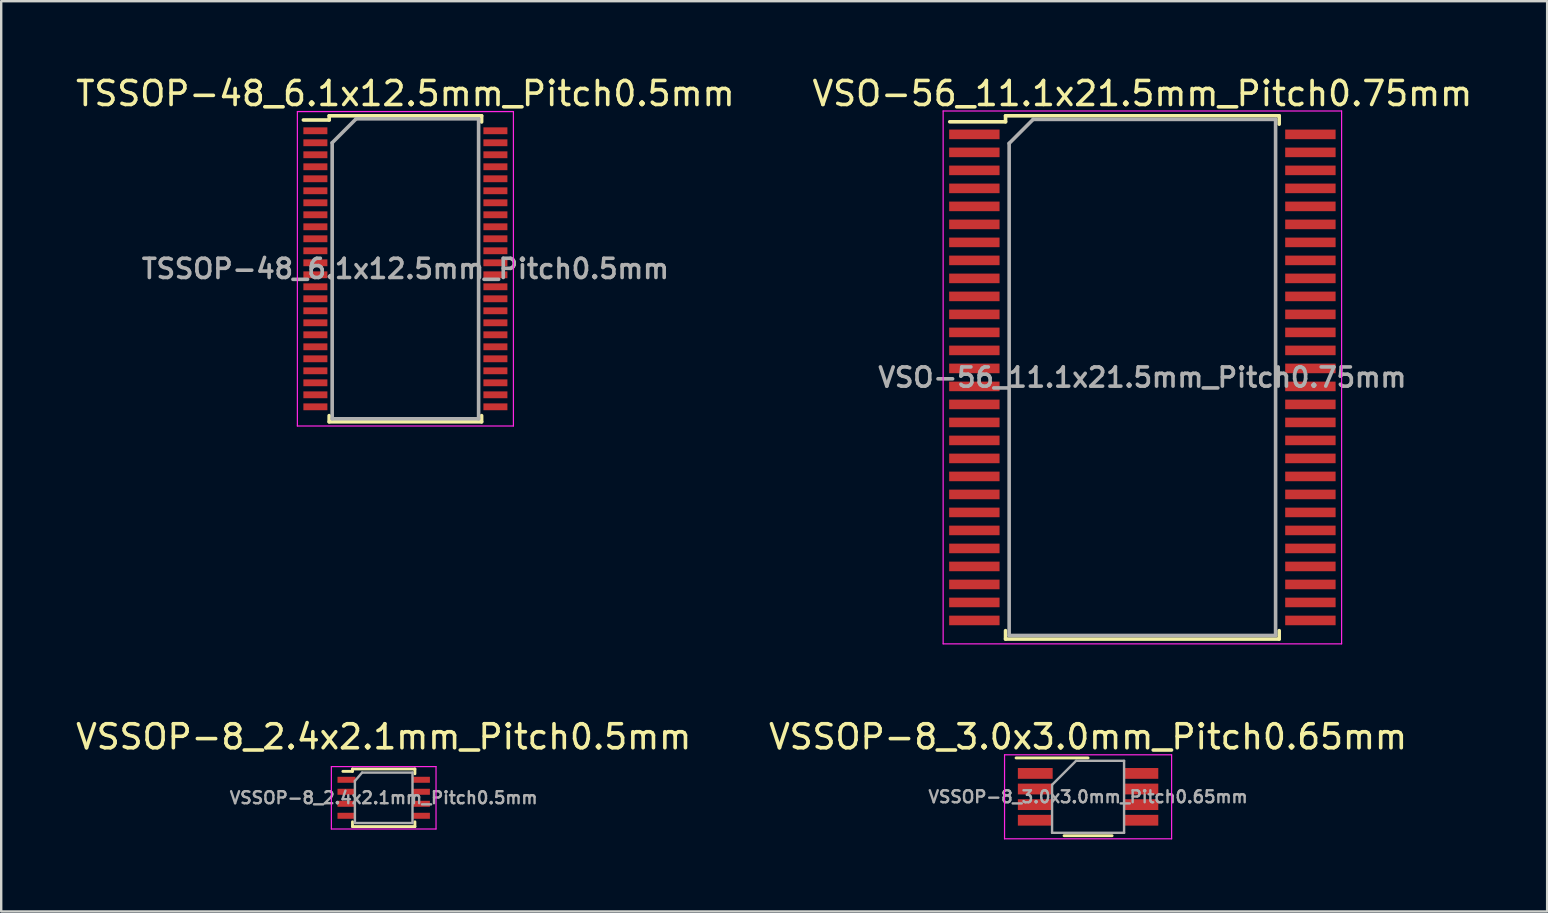
<source format=kicad_pcb>
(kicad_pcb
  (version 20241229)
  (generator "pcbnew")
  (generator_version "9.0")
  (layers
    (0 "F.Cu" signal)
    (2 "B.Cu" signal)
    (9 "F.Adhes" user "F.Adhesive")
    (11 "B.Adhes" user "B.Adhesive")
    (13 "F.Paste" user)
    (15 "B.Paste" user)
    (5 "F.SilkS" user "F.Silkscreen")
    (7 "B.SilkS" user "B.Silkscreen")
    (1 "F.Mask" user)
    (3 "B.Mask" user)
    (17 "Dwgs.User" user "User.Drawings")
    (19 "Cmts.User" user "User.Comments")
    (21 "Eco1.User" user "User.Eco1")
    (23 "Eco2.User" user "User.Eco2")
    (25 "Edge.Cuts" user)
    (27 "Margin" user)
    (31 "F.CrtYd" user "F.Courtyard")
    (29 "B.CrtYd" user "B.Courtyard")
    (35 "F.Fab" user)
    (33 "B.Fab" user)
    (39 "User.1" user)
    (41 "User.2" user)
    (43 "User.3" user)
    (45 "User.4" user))
  (footprint "VSSOP-8_2.4x2.1mm_Pitch0.5mm"
    (layer "F.Cu")
    (at 12.935 30.186)
    (property "Reference" "VSSOP-8_2.4x2.1mm_Pitch0.5mm" (at 0 -2.54 0) (layer "F.SilkS") (effects (font (size 1 1) (thickness 0.15))))
    (attr smd)
    (fp_line (start -1.3 -1.2) (end -1.3 -1.1) (stroke (width 0.12) (type solid)) (layer "F.SilkS"))
    (fp_line (start -1.3 -1.1) (end -1.7 -1.1) (stroke (width 0.12) (type solid)) (layer "F.SilkS"))
    (fp_line (start -1.3 1.2) (end -1.3 1) (stroke (width 0.12) (type solid)) (layer "F.SilkS"))
    (fp_line (start -1.3 1.2) (end 1.3 1.2) (stroke (width 0.12) (type solid)) (layer "F.SilkS"))
    (fp_line (start 1.3 -1.2) (end -1.3 -1.2) (stroke (width 0.12) (type solid)) (layer "F.SilkS"))
    (fp_line (start 1.3 -1) (end 1.3 -1.2) (stroke (width 0.12) (type solid)) (layer "F.SilkS"))
    (fp_line (start 1.3 1.2) (end 1.3 1) (stroke (width 0.12) (type solid)) (layer "F.SilkS"))
    (fp_line (start -2.18 -1.3) (end 2.18 -1.3) (stroke (width 0.05) (type solid)) (layer "F.CrtYd"))
    (fp_line (start -2.18 1.3) (end -2.18 -1.3) (stroke (width 0.05) (type solid)) (layer "F.CrtYd"))
    (fp_line (start 2.18 -1.3) (end 2.18 1.3) (stroke (width 0.05) (type solid)) (layer "F.CrtYd"))
    (fp_line (start 2.18 1.3) (end -2.18 1.3) (stroke (width 0.05) (type solid)) (layer "F.CrtYd"))
    (fp_line (start -1.2 -0.7) (end -1.2 1.05) (stroke (width 0.1) (type solid)) (layer "F.Fab"))
    (fp_line (start -1.2 1.05) (end 1.2 1.05) (stroke (width 0.1) (type solid)) (layer "F.Fab"))
    (fp_line (start -0.9 -1.05) (end -1.2 -0.7) (stroke (width 0.1) (type solid)) (layer "F.Fab"))
    (fp_line (start 1.2 -1.05) (end -0.9 -1.05) (stroke (width 0.1) (type solid)) (layer "F.Fab"))
    (fp_line (start 1.2 1.05) (end 1.2 -1.05) (stroke (width 0.1) (type solid)) (layer "F.Fab"))
    (fp_text user "${REFERENCE}" (at 0 0 0) (layer "F.Fab") (effects (font (size 0.5 0.5) (thickness 0.1))))
    (pad "1" smd rect (at -1.55 -0.75) (size 0.75 0.25) (layers "F.Cu" "F.Mask" "F.Paste"))
    (pad "2" smd rect (at -1.55 -0.25) (size 0.75 0.25) (layers "F.Cu" "F.Mask" "F.Paste"))
    (pad "3" smd rect (at -1.55 0.25) (size 0.75 0.25) (layers "F.Cu" "F.Mask" "F.Paste"))
    (pad "4" smd rect (at -1.55 0.75) (size 0.75 0.25) (layers "F.Cu" "F.Mask" "F.Paste"))
    (pad "5" smd rect (at 1.55 0.75) (size 0.75 0.25) (layers "F.Cu" "F.Mask" "F.Paste"))
    (pad "6" smd rect (at 1.55 0.25) (size 0.75 0.25) (layers "F.Cu" "F.Mask" "F.Paste"))
    (pad "7" smd rect (at 1.55 -0.25) (size 0.75 0.25) (layers "F.Cu" "F.Mask" "F.Paste"))
    (pad "8" smd rect (at 1.55 -0.75) (size 0.75 0.25) (layers "F.Cu" "F.Mask" "F.Paste")))
  (footprint "VSSOP-8_3.0x3.0mm_Pitch0.65mm"
    (layer "F.Cu")
    (at 42.28 30.146)
    (property "Reference" "VSSOP-8_3.0x3.0mm_Pitch0.65mm" (at 0 -2.5 0) (layer "F.SilkS") (effects (font (size 1 1) (thickness 0.15))))
    (attr smd)
    (fp_line (start 0 -1.62) (end -3 -1.62) (stroke (width 0.12) (type solid)) (layer "F.SilkS"))
    (fp_line (start 1 1.62) (end -1 1.62) (stroke (width 0.12) (type solid)) (layer "F.SilkS"))
    (fp_line (start -3.48 -1.75) (end 3.48 -1.75) (stroke (width 0.05) (type solid)) (layer "F.CrtYd"))
    (fp_line (start -3.48 1.75) (end -3.48 -1.75) (stroke (width 0.05) (type solid)) (layer "F.CrtYd"))
    (fp_line (start 3.48 -1.75) (end 3.48 1.75) (stroke (width 0.05) (type solid)) (layer "F.CrtYd"))
    (fp_line (start 3.48 1.75) (end -3.48 1.75) (stroke (width 0.05) (type solid)) (layer "F.CrtYd"))
    (fp_line (start -1.5 1.5) (end -1.5 -0.5) (stroke (width 0.1) (type solid)) (layer "F.Fab"))
    (fp_line (start -0.5 -1.5) (end -1.5 -0.5) (stroke (width 0.1) (type solid)) (layer "F.Fab"))
    (fp_line (start -0.5 -1.5) (end 1.5 -1.5) (stroke (width 0.1) (type solid)) (layer "F.Fab"))
    (fp_line (start 1.5 -1.5) (end 1.5 1.5) (stroke (width 0.1) (type solid)) (layer "F.Fab"))
    (fp_line (start 1.5 1.5) (end -1.5 1.5) (stroke (width 0.1) (type solid)) (layer "F.Fab"))
    (fp_text user "${REFERENCE}" (at 0 0 0) (layer "F.Fab") (effects (font (size 0.5 0.5) (thickness 0.1))))
    (pad "1" smd rect (at -2.2 -0.975 270) (size 0.45 1.45) (layers "F.Cu" "F.Mask" "F.Paste"))
    (pad "2" smd rect (at -2.2 -0.325 270) (size 0.45 1.45) (layers "F.Cu" "F.Mask" "F.Paste"))
    (pad "3" smd rect (at -2.2 0.325 270) (size 0.45 1.45) (layers "F.Cu" "F.Mask" "F.Paste"))
    (pad "4" smd rect (at -2.2 0.975 270) (size 0.45 1.45) (layers "F.Cu" "F.Mask" "F.Paste"))
    (pad "5" smd rect (at 2.2 0.975 270) (size 0.45 1.45) (layers "F.Cu" "F.Mask" "F.Paste"))
    (pad "6" smd rect (at 2.2 0.325 270) (size 0.45 1.45) (layers "F.Cu" "F.Mask" "F.Paste"))
    (pad "7" smd rect (at 2.2 -0.325 270) (size 0.45 1.45) (layers "F.Cu" "F.Mask" "F.Paste"))
    (pad "8" smd rect (at 2.2 -0.975 270) (size 0.45 1.45) (layers "F.Cu" "F.Mask" "F.Paste")))
  (footprint "VSO-56_11.1x21.5mm_Pitch0.75mm"
    (layer "F.Cu")
    (at 44.542 12.673)
    (property "Reference" "VSO-56_11.1x21.5mm_Pitch0.75mm" (at 0 -11.825 0) (layer "F.SilkS") (effects (font (size 1 1) (thickness 0.15))))
    (attr smd)
    (fp_line (start -5.7 -10.9) (end -5.7 -10.65) (stroke (width 0.15) (type solid)) (layer "F.SilkS"))
    (fp_line (start -5.7 -10.9) (end 5.7 -10.9) (stroke (width 0.15) (type solid)) (layer "F.SilkS"))
    (fp_line (start -5.7 -10.65) (end -8.025 -10.65) (stroke (width 0.15) (type solid)) (layer "F.SilkS"))
    (fp_line (start -5.7 10.9) (end -5.7 10.55) (stroke (width 0.15) (type solid)) (layer "F.SilkS"))
    (fp_line (start -5.7 10.9) (end 5.7 10.9) (stroke (width 0.15) (type solid)) (layer "F.SilkS"))
    (fp_line (start 5.7 -10.9) (end 5.7 -10.55) (stroke (width 0.15) (type solid)) (layer "F.SilkS"))
    (fp_line (start 5.7 10.9) (end 5.7 10.55) (stroke (width 0.15) (type solid)) (layer "F.SilkS"))
    (fp_line (start -8.3 -11.1) (end -8.3 11.1) (stroke (width 0.05) (type solid)) (layer "F.CrtYd"))
    (fp_line (start -8.3 -11.1) (end 8.3 -11.1) (stroke (width 0.05) (type solid)) (layer "F.CrtYd"))
    (fp_line (start -8.3 11.1) (end 8.3 11.1) (stroke (width 0.05) (type solid)) (layer "F.CrtYd"))
    (fp_line (start 8.3 -11.1) (end 8.3 11.1) (stroke (width 0.05) (type solid)) (layer "F.CrtYd"))
    (fp_line (start -5.55 -9.75) (end -4.55 -10.75) (stroke (width 0.15) (type solid)) (layer "F.Fab"))
    (fp_line (start -5.55 10.75) (end -5.55 -9.75) (stroke (width 0.15) (type solid)) (layer "F.Fab"))
    (fp_line (start -4.55 -10.75) (end 5.55 -10.75) (stroke (width 0.15) (type solid)) (layer "F.Fab"))
    (fp_line (start 5.55 -10.75) (end 5.55 10.75) (stroke (width 0.15) (type solid)) (layer "F.Fab"))
    (fp_line (start 5.55 10.75) (end -5.55 10.75) (stroke (width 0.15) (type solid)) (layer "F.Fab"))
    (fp_text user "${REFERENCE}" (at 0 0 0) (layer "F.Fab") (effects (font (size 0.8 0.8) (thickness 0.15))))
    (pad "1" smd rect (at -7 -10.125) (size 2.1 0.4) (layers "F.Cu" "F.Mask" "F.Paste"))
    (pad "2" smd rect (at -7 -9.375) (size 2.1 0.4) (layers "F.Cu" "F.Mask" "F.Paste"))
    (pad "3" smd rect (at -7 -8.625) (size 2.1 0.4) (layers "F.Cu" "F.Mask" "F.Paste"))
    (pad "4" smd rect (at -7 -7.875) (size 2.1 0.4) (layers "F.Cu" "F.Mask" "F.Paste"))
    (pad "5" smd rect (at -7 -7.125) (size 2.1 0.4) (layers "F.Cu" "F.Mask" "F.Paste"))
    (pad "6" smd rect (at -7 -6.375) (size 2.1 0.4) (layers "F.Cu" "F.Mask" "F.Paste"))
    (pad "7" smd rect (at -7 -5.625) (size 2.1 0.4) (layers "F.Cu" "F.Mask" "F.Paste"))
    (pad "8" smd rect (at -7 -4.875) (size 2.1 0.4) (layers "F.Cu" "F.Mask" "F.Paste"))
    (pad "9" smd rect (at -7 -4.125) (size 2.1 0.4) (layers "F.Cu" "F.Mask" "F.Paste"))
    (pad "10" smd rect (at -7 -3.375) (size 2.1 0.4) (layers "F.Cu" "F.Mask" "F.Paste"))
    (pad "11" smd rect (at -7 -2.625) (size 2.1 0.4) (layers "F.Cu" "F.Mask" "F.Paste"))
    (pad "12" smd rect (at -7 -1.875) (size 2.1 0.4) (layers "F.Cu" "F.Mask" "F.Paste"))
    (pad "13" smd rect (at -7 -1.125) (size 2.1 0.4) (layers "F.Cu" "F.Mask" "F.Paste"))
    (pad "14" smd rect (at -7 -0.375) (size 2.1 0.4) (layers "F.Cu" "F.Mask" "F.Paste"))
    (pad "15" smd rect (at -7 0.375) (size 2.1 0.4) (layers "F.Cu" "F.Mask" "F.Paste"))
    (pad "16" smd rect (at -7 1.125) (size 2.1 0.4) (layers "F.Cu" "F.Mask" "F.Paste"))
    (pad "17" smd rect (at -7 1.875) (size 2.1 0.4) (layers "F.Cu" "F.Mask" "F.Paste"))
    (pad "18" smd rect (at -7 2.625) (size 2.1 0.4) (layers "F.Cu" "F.Mask" "F.Paste"))
    (pad "19" smd rect (at -7 3.375) (size 2.1 0.4) (layers "F.Cu" "F.Mask" "F.Paste"))
    (pad "20" smd rect (at -7 4.125) (size 2.1 0.4) (layers "F.Cu" "F.Mask" "F.Paste"))
    (pad "21" smd rect (at -7 4.875) (size 2.1 0.4) (layers "F.Cu" "F.Mask" "F.Paste"))
    (pad "22" smd rect (at -7 5.625) (size 2.1 0.4) (layers "F.Cu" "F.Mask" "F.Paste"))
    (pad "23" smd rect (at -7 6.375) (size 2.1 0.4) (layers "F.Cu" "F.Mask" "F.Paste"))
    (pad "24" smd rect (at -7 7.125) (size 2.1 0.4) (layers "F.Cu" "F.Mask" "F.Paste"))
    (pad "25" smd rect (at -7 7.875) (size 2.1 0.4) (layers "F.Cu" "F.Mask" "F.Paste"))
    (pad "26" smd rect (at -7 8.625) (size 2.1 0.4) (layers "F.Cu" "F.Mask" "F.Paste"))
    (pad "27" smd rect (at -7 9.375) (size 2.1 0.4) (layers "F.Cu" "F.Mask" "F.Paste"))
    (pad "28" smd rect (at -7 10.125) (size 2.1 0.4) (layers "F.Cu" "F.Mask" "F.Paste"))
    (pad "29" smd rect (at 7 10.125) (size 2.1 0.4) (layers "F.Cu" "F.Mask" "F.Paste"))
    (pad "30" smd rect (at 7 9.375) (size 2.1 0.4) (layers "F.Cu" "F.Mask" "F.Paste"))
    (pad "31" smd rect (at 7 8.625) (size 2.1 0.4) (layers "F.Cu" "F.Mask" "F.Paste"))
    (pad "32" smd rect (at 7 7.875) (size 2.1 0.4) (layers "F.Cu" "F.Mask" "F.Paste"))
    (pad "33" smd rect (at 7 7.125) (size 2.1 0.4) (layers "F.Cu" "F.Mask" "F.Paste"))
    (pad "34" smd rect (at 7 6.375) (size 2.1 0.4) (layers "F.Cu" "F.Mask" "F.Paste"))
    (pad "35" smd rect (at 7 5.625) (size 2.1 0.4) (layers "F.Cu" "F.Mask" "F.Paste"))
    (pad "36" smd rect (at 7 4.875) (size 2.1 0.4) (layers "F.Cu" "F.Mask" "F.Paste"))
    (pad "37" smd rect (at 7 4.125) (size 2.1 0.4) (layers "F.Cu" "F.Mask" "F.Paste"))
    (pad "38" smd rect (at 7 3.375) (size 2.1 0.4) (layers "F.Cu" "F.Mask" "F.Paste"))
    (pad "39" smd rect (at 7 2.625) (size 2.1 0.4) (layers "F.Cu" "F.Mask" "F.Paste"))
    (pad "40" smd rect (at 7 1.875) (size 2.1 0.4) (layers "F.Cu" "F.Mask" "F.Paste"))
    (pad "41" smd rect (at 7 1.125) (size 2.1 0.4) (layers "F.Cu" "F.Mask" "F.Paste"))
    (pad "42" smd rect (at 7 0.375) (size 2.1 0.4) (layers "F.Cu" "F.Mask" "F.Paste"))
    (pad "43" smd rect (at 7 -0.375) (size 2.1 0.4) (layers "F.Cu" "F.Mask" "F.Paste"))
    (pad "44" smd rect (at 7 -1.125) (size 2.1 0.4) (layers "F.Cu" "F.Mask" "F.Paste"))
    (pad "45" smd rect (at 7 -1.875) (size 2.1 0.4) (layers "F.Cu" "F.Mask" "F.Paste"))
    (pad "46" smd rect (at 7 -2.625) (size 2.1 0.4) (layers "F.Cu" "F.Mask" "F.Paste"))
    (pad "47" smd rect (at 7 -3.375) (size 2.1 0.4) (layers "F.Cu" "F.Mask" "F.Paste"))
    (pad "48" smd rect (at 7 -4.125) (size 2.1 0.4) (layers "F.Cu" "F.Mask" "F.Paste"))
    (pad "49" smd rect (at 7 -4.875) (size 2.1 0.4) (layers "F.Cu" "F.Mask" "F.Paste"))
    (pad "50" smd rect (at 7 -5.625) (size 2.1 0.4) (layers "F.Cu" "F.Mask" "F.Paste"))
    (pad "51" smd rect (at 7 -6.375) (size 2.1 0.4) (layers "F.Cu" "F.Mask" "F.Paste"))
    (pad "52" smd rect (at 7 -7.125) (size 2.1 0.4) (layers "F.Cu" "F.Mask" "F.Paste"))
    (pad "53" smd rect (at 7 -7.875) (size 2.1 0.4) (layers "F.Cu" "F.Mask" "F.Paste"))
    (pad "54" smd rect (at 7 -8.625) (size 2.1 0.4) (layers "F.Cu" "F.Mask" "F.Paste"))
    (pad "55" smd rect (at 7 -9.375) (size 2.1 0.4) (layers "F.Cu" "F.Mask" "F.Paste"))
    (pad "56" smd rect (at 7 -10.125) (size 2.1 0.4) (layers "F.Cu" "F.Mask" "F.Paste")))
  (footprint "TSSOP-48_6.1x12.5mm_Pitch0.5mm"
    (layer "F.Cu")
    (at 13.839 8.148)
    (property "Reference" "TSSOP-48_6.1x12.5mm_Pitch0.5mm" (at 0 -7.3 0) (layer "F.SilkS") (effects (font (size 1 1) (thickness 0.15))))
    (attr smd)
    (fp_line (start -3.175 -6.375) (end -3.175 -6.2) (stroke (width 0.15) (type solid)) (layer "F.SilkS"))
    (fp_line (start -3.175 -6.375) (end 3.175 -6.375) (stroke (width 0.15) (type solid)) (layer "F.SilkS"))
    (fp_line (start -3.175 -6.2) (end -4.25 -6.2) (stroke (width 0.15) (type solid)) (layer "F.SilkS"))
    (fp_line (start -3.175 6.375) (end -3.175 6.117) (stroke (width 0.15) (type solid)) (layer "F.SilkS"))
    (fp_line (start -3.175 6.375) (end 3.175 6.375) (stroke (width 0.15) (type solid)) (layer "F.SilkS"))
    (fp_line (start 3.175 -6.375) (end 3.175 -6.117) (stroke (width 0.15) (type solid)) (layer "F.SilkS"))
    (fp_line (start 3.175 6.375) (end 3.175 6.117) (stroke (width 0.15) (type solid)) (layer "F.SilkS"))
    (fp_line (start -4.5 -6.55) (end -4.5 6.55) (stroke (width 0.05) (type solid)) (layer "F.CrtYd"))
    (fp_line (start -4.5 -6.55) (end 4.5 -6.55) (stroke (width 0.05) (type solid)) (layer "F.CrtYd"))
    (fp_line (start -4.5 6.55) (end 4.5 6.55) (stroke (width 0.05) (type solid)) (layer "F.CrtYd"))
    (fp_line (start 4.5 -6.55) (end 4.5 6.55) (stroke (width 0.05) (type solid)) (layer "F.CrtYd"))
    (fp_line (start -3.05 -5.25) (end -2.05 -6.25) (stroke (width 0.15) (type solid)) (layer "F.Fab"))
    (fp_line (start -3.05 6.25) (end -3.05 -5.25) (stroke (width 0.15) (type solid)) (layer "F.Fab"))
    (fp_line (start -2.05 -6.25) (end 3.05 -6.25) (stroke (width 0.15) (type solid)) (layer "F.Fab"))
    (fp_line (start 3.05 -6.25) (end 3.05 6.25) (stroke (width 0.15) (type solid)) (layer "F.Fab"))
    (fp_line (start 3.05 6.25) (end -3.05 6.25) (stroke (width 0.15) (type solid)) (layer "F.Fab"))
    (fp_text user "${REFERENCE}" (at 0 0 0) (layer "F.Fab") (effects (font (size 0.8 0.8) (thickness 0.15))))
    (pad "1" smd rect (at -3.75 -5.75) (size 1 0.285) (layers "F.Cu" "F.Mask" "F.Paste"))
    (pad "2" smd rect (at -3.75 -5.25) (size 1 0.285) (layers "F.Cu" "F.Mask" "F.Paste"))
    (pad "3" smd rect (at -3.75 -4.75) (size 1 0.285) (layers "F.Cu" "F.Mask" "F.Paste"))
    (pad "4" smd rect (at -3.75 -4.25) (size 1 0.285) (layers "F.Cu" "F.Mask" "F.Paste"))
    (pad "5" smd rect (at -3.75 -3.75) (size 1 0.285) (layers "F.Cu" "F.Mask" "F.Paste"))
    (pad "6" smd rect (at -3.75 -3.25) (size 1 0.285) (layers "F.Cu" "F.Mask" "F.Paste"))
    (pad "7" smd rect (at -3.75 -2.75) (size 1 0.285) (layers "F.Cu" "F.Mask" "F.Paste"))
    (pad "8" smd rect (at -3.75 -2.25) (size 1 0.285) (layers "F.Cu" "F.Mask" "F.Paste"))
    (pad "9" smd rect (at -3.75 -1.75) (size 1 0.285) (layers "F.Cu" "F.Mask" "F.Paste"))
    (pad "10" smd rect (at -3.75 -1.25) (size 1 0.285) (layers "F.Cu" "F.Mask" "F.Paste"))
    (pad "11" smd rect (at -3.75 -0.75) (size 1 0.285) (layers "F.Cu" "F.Mask" "F.Paste"))
    (pad "12" smd rect (at -3.75 -0.25) (size 1 0.285) (layers "F.Cu" "F.Mask" "F.Paste"))
    (pad "13" smd rect (at -3.75 0.25) (size 1 0.285) (layers "F.Cu" "F.Mask" "F.Paste"))
    (pad "14" smd rect (at -3.75 0.75) (size 1 0.285) (layers "F.Cu" "F.Mask" "F.Paste"))
    (pad "15" smd rect (at -3.75 1.25) (size 1 0.285) (layers "F.Cu" "F.Mask" "F.Paste"))
    (pad "16" smd rect (at -3.75 1.75) (size 1 0.285) (layers "F.Cu" "F.Mask" "F.Paste"))
    (pad "17" smd rect (at -3.75 2.25) (size 1 0.285) (layers "F.Cu" "F.Mask" "F.Paste"))
    (pad "18" smd rect (at -3.75 2.75) (size 1 0.285) (layers "F.Cu" "F.Mask" "F.Paste"))
    (pad "19" smd rect (at -3.75 3.25) (size 1 0.285) (layers "F.Cu" "F.Mask" "F.Paste"))
    (pad "20" smd rect (at -3.75 3.75) (size 1 0.285) (layers "F.Cu" "F.Mask" "F.Paste"))
    (pad "21" smd rect (at -3.75 4.25) (size 1 0.285) (layers "F.Cu" "F.Mask" "F.Paste"))
    (pad "22" smd rect (at -3.75 4.75) (size 1 0.285) (layers "F.Cu" "F.Mask" "F.Paste"))
    (pad "23" smd rect (at -3.75 5.25) (size 1 0.285) (layers "F.Cu" "F.Mask" "F.Paste"))
    (pad "24" smd rect (at -3.75 5.75) (size 1 0.285) (layers "F.Cu" "F.Mask" "F.Paste"))
    (pad "25" smd rect (at 3.75 5.75) (size 1 0.285) (layers "F.Cu" "F.Mask" "F.Paste"))
    (pad "26" smd rect (at 3.75 5.25) (size 1 0.285) (layers "F.Cu" "F.Mask" "F.Paste"))
    (pad "27" smd rect (at 3.75 4.75) (size 1 0.285) (layers "F.Cu" "F.Mask" "F.Paste"))
    (pad "28" smd rect (at 3.75 4.25) (size 1 0.285) (layers "F.Cu" "F.Mask" "F.Paste"))
    (pad "29" smd rect (at 3.75 3.75) (size 1 0.285) (layers "F.Cu" "F.Mask" "F.Paste"))
    (pad "30" smd rect (at 3.75 3.25) (size 1 0.285) (layers "F.Cu" "F.Mask" "F.Paste"))
    (pad "31" smd rect (at 3.75 2.75) (size 1 0.285) (layers "F.Cu" "F.Mask" "F.Paste"))
    (pad "32" smd rect (at 3.75 2.25) (size 1 0.285) (layers "F.Cu" "F.Mask" "F.Paste"))
    (pad "33" smd rect (at 3.75 1.75) (size 1 0.285) (layers "F.Cu" "F.Mask" "F.Paste"))
    (pad "34" smd rect (at 3.75 1.25) (size 1 0.285) (layers "F.Cu" "F.Mask" "F.Paste"))
    (pad "35" smd rect (at 3.75 0.75) (size 1 0.285) (layers "F.Cu" "F.Mask" "F.Paste"))
    (pad "36" smd rect (at 3.75 0.25) (size 1 0.285) (layers "F.Cu" "F.Mask" "F.Paste"))
    (pad "37" smd rect (at 3.75 -0.25) (size 1 0.285) (layers "F.Cu" "F.Mask" "F.Paste"))
    (pad "38" smd rect (at 3.75 -0.75) (size 1 0.285) (layers "F.Cu" "F.Mask" "F.Paste"))
    (pad "39" smd rect (at 3.75 -1.25) (size 1 0.285) (layers "F.Cu" "F.Mask" "F.Paste"))
    (pad "40" smd rect (at 3.75 -1.75) (size 1 0.285) (layers "F.Cu" "F.Mask" "F.Paste"))
    (pad "41" smd rect (at 3.75 -2.25) (size 1 0.285) (layers "F.Cu" "F.Mask" "F.Paste"))
    (pad "42" smd rect (at 3.75 -2.75) (size 1 0.285) (layers "F.Cu" "F.Mask" "F.Paste"))
    (pad "43" smd rect (at 3.75 -3.25) (size 1 0.285) (layers "F.Cu" "F.Mask" "F.Paste"))
    (pad "44" smd rect (at 3.75 -3.75) (size 1 0.285) (layers "F.Cu" "F.Mask" "F.Paste"))
    (pad "45" smd rect (at 3.75 -4.25) (size 1 0.285) (layers "F.Cu" "F.Mask" "F.Paste"))
    (pad "46" smd rect (at 3.75 -4.75) (size 1 0.285) (layers "F.Cu" "F.Mask" "F.Paste"))
    (pad "47" smd rect (at 3.75 -5.25) (size 1 0.285) (layers "F.Cu" "F.Mask" "F.Paste"))
    (pad "48" smd rect (at 3.75 -5.75) (size 1 0.285) (layers "F.Cu" "F.Mask" "F.Paste")))
  (gr_rect
    (start -3 -3)
    (end 61.405 34.922)
    (stroke (width 0.1) (type default))
    (fill no)
    (layer "Edge.Cuts")))
</source>
